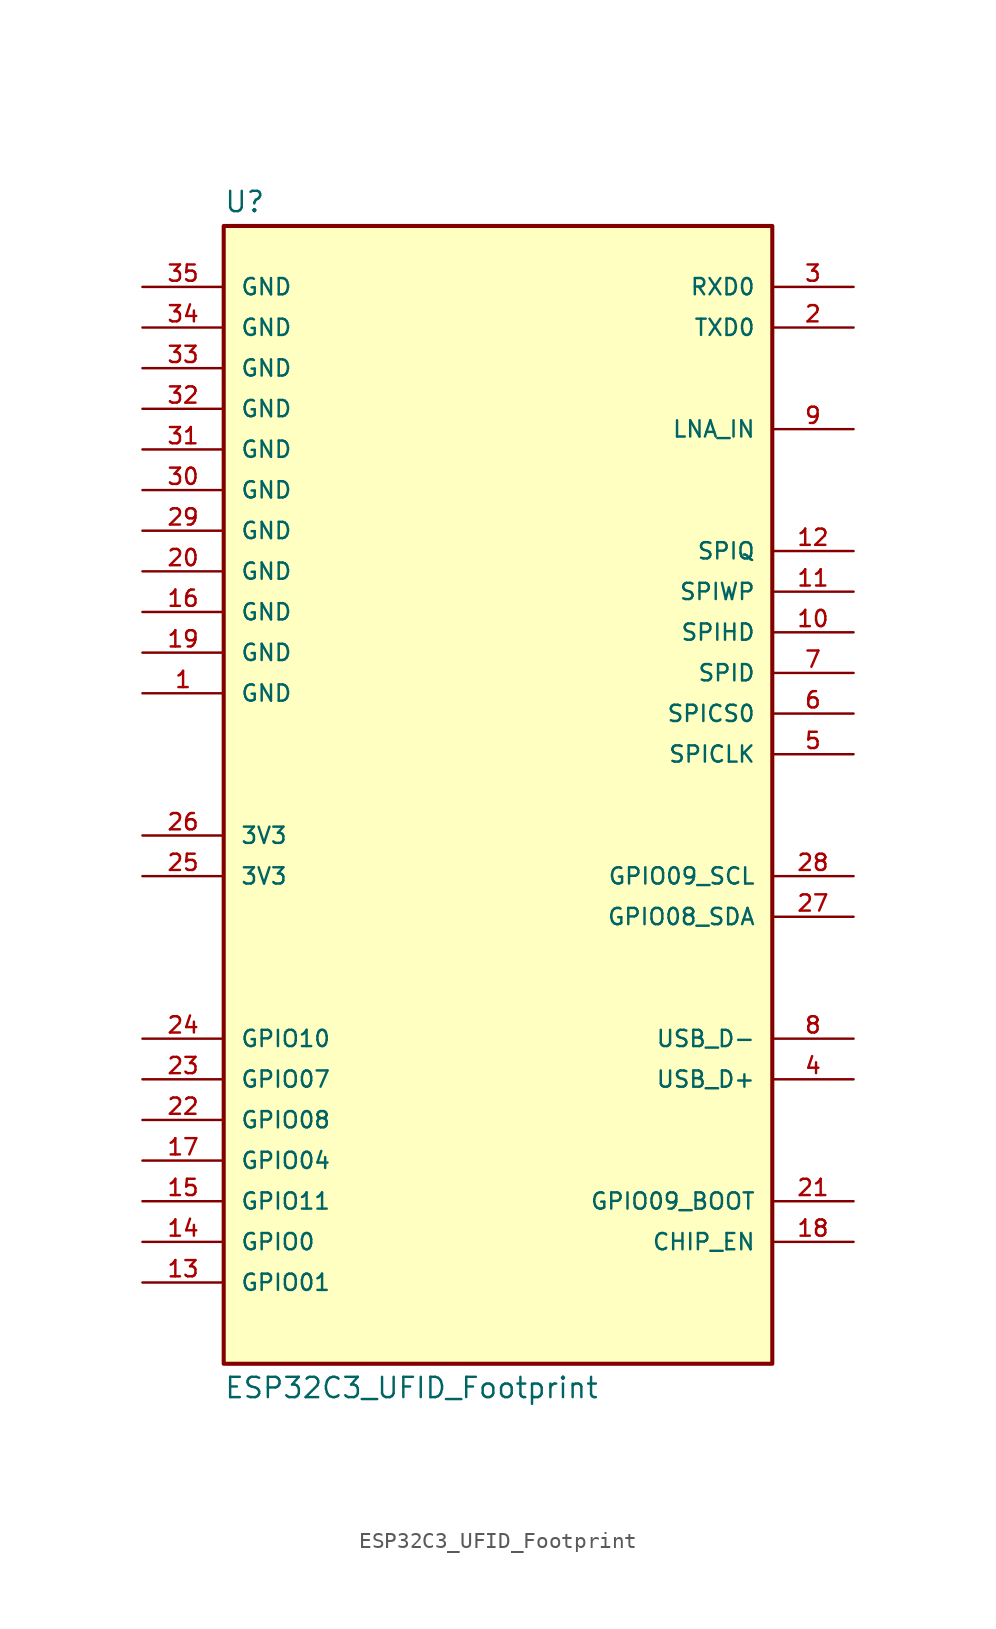
<source format=kicad_sym>
(kicad_symbol_lib
  (version 20231120)
  (generator "kicad_symbol_editor")
  (generator_version "8.99")
  (symbol "ESP32C3_UFID_Footprint"
    (pin_names
      (offset 1.016))
    (property "Reference" "U"
      (at -17.78 37.592 0)
      (effects (font (size 1.27 1.27)) (justify left bottom)))
    (property "Value" "ESP32C3_UFID_Footprint"
      (at -17.78 -35.052 0)
      (effects (font (size 1.27 1.27)) (justify left top)))
    (symbol "ESP32C3_UFID_Footprint_0_0"
      (rectangle (start -17.78 36.83) (end 16.51 -34.29) (stroke (width 0.254) (type default)) (fill (type background))))
    (symbol "ESP32C3_UFID_Footprint_1_0"
      (pin power_out line (at -22.86 33.02 0) (length 5.08) (name "GND" (effects (font (size 1.016 1.016)))) (number "35" (effects (font (size 1.016 1.016)))))
      (pin power_out line (at -22.86 30.48 0) (length 5.08) (name "GND" (effects (font (size 1.016 1.016)))) (number "34" (effects (font (size 1.016 1.016)))))
      (pin power_out line (at -22.86 27.94 0) (length 5.08) (name "GND" (effects (font (size 1.016 1.016)))) (number "33" (effects (font (size 1.016 1.016)))))
      (pin power_out line (at -22.86 25.4 0) (length 5.08) (name "GND" (effects (font (size 1.016 1.016)))) (number "32" (effects (font (size 1.016 1.016)))))
      (pin power_out line (at -22.86 22.86 0) (length 5.08) (name "GND" (effects (font (size 1.016 1.016)))) (number "31" (effects (font (size 1.016 1.016)))))
      (pin power_out line (at -22.86 20.32 0) (length 5.08) (name "GND" (effects (font (size 1.016 1.016)))) (number "30" (effects (font (size 1.016 1.016)))))
      (pin power_out line (at -22.86 17.78 0) (length 5.08) (name "GND" (effects (font (size 1.016 1.016)))) (number "29" (effects (font (size 1.016 1.016)))))
      (pin power_out line (at -22.86 15.24 0) (length 5.08) (name "GND" (effects (font (size 1.016 1.016)))) (number "20" (effects (font (size 1.016 1.016)))))
      (pin power_out line (at -22.86 12.7 0) (length 5.08) (name "GND" (effects (font (size 1.016 1.016)))) (number "16" (effects (font (size 1.016 1.016)))))
      (pin power_out line (at -22.86 10.16 0) (length 5.08) (name "GND" (effects (font (size 1.016 1.016)))) (number "19" (effects (font (size 1.016 1.016)))))
      (pin power_out line (at -22.86 7.62 0) (length 5.08) (name "GND" (effects (font (size 1.016 1.016)))) (number "1" (effects (font (size 1.016 1.016)))))
      (pin bidirectional line (at -22.86 -1.27 0) (length 5.08) (name "3V3" (effects (font (size 1.016 1.016)))) (number "26" (effects (font (size 1.016 1.016)))))
      (pin bidirectional line (at -22.86 -3.81 0) (length 5.08) (name "3V3" (effects (font (size 1.016 1.016)))) (number "25" (effects (font (size 1.016 1.016)))))
      (pin bidirectional line (at -22.86 -13.97 0) (length 5.08) (name "GPIO10" (effects (font (size 1.016 1.016)))) (number "24" (effects (font (size 1.016 1.016)))))
      (pin bidirectional line (at -22.86 -16.51 0) (length 5.08) (name "GPIO07" (effects (font (size 1.016 1.016)))) (number "23" (effects (font (size 1.016 1.016)))))
      (pin bidirectional line (at -22.86 -19.05 0) (length 5.08) (name "GPIO08" (effects (font (size 1.016 1.016)))) (number "22" (effects (font (size 1.016 1.016)))))
      (pin power_in line (at -22.86 -21.59 0) (length 5.08) (name "GPIO04" (effects (font (size 1.016 1.016)))) (number "17" (effects (font (size 1.016 1.016)))))
      (pin bidirectional line (at -22.86 -24.13 0) (length 5.08) (name "GPIO11" (effects (font (size 1.016 1.016)))) (number "15" (effects (font (size 1.016 1.016)))))
      (pin bidirectional line (at -22.86 -26.67 0) (length 5.08) (name "GPIO0" (effects (font (size 1.016 1.016)))) (number "14" (effects (font (size 1.016 1.016)))))
      (pin bidirectional line (at -22.86 -29.21 0) (length 5.08) (name "GPIO01" (effects (font (size 1.016 1.016)))) (number "13" (effects (font (size 1.016 1.016)))))
      (pin power_in line (at 21.59 33.02 180) (length 5.08) (name "RXD0" (effects (font (size 1.016 1.016)))) (number "3" (effects (font (size 1.016 1.016)))))
      (pin power_in line (at 21.59 30.48 180) (length 5.08) (name "TXD0" (effects (font (size 1.016 1.016)))) (number "2" (effects (font (size 1.016 1.016)))))
      (pin bidirectional line (at 21.59 24.13 180) (length 5.08) (name "LNA_IN" (effects (font (size 1.016 1.016)))) (number "9" (effects (font (size 1.016 1.016)))))
      (pin bidirectional line (at 21.59 16.51 180) (length 5.08) (name "SPIQ" (effects (font (size 1.016 1.016)))) (number "12" (effects (font (size 1.016 1.016)))))
      (pin power_in line (at 21.59 13.97 180) (length 5.08) (name "SPIWP" (effects (font (size 1.016 1.016)))) (number "11" (effects (font (size 1.016 1.016)))))
      (pin bidirectional line (at 21.59 11.43 180) (length 5.08) (name "SPIHD" (effects (font (size 1.016 1.016)))) (number "10" (effects (font (size 1.016 1.016)))))
      (pin input line (at 21.59 8.89 180) (length 5.08) (name "SPID" (effects (font (size 1.016 1.016)))) (number "7" (effects (font (size 1.016 1.016)))))
      (pin bidirectional line (at 21.59 6.35 180) (length 5.08) (name "SPICS0" (effects (font (size 1.016 1.016)))) (number "6" (effects (font (size 1.016 1.016)))))
      (pin bidirectional line (at 21.59 3.81 180) (length 5.08) (name "SPICLK" (effects (font (size 1.016 1.016)))) (number "5" (effects (font (size 1.016 1.016)))))
      (pin bidirectional line (at 21.59 -3.81 180) (length 5.08) (name "GPIO09_SCL" (effects (font (size 1.016 1.016)))) (number "28" (effects (font (size 1.016 1.016)))))
      (pin bidirectional line (at 21.59 -6.35 180) (length 5.08) (name "GPIO08_SDA" (effects (font (size 1.016 1.016)))) (number "27" (effects (font (size 1.016 1.016)))))
      (pin bidirectional line (at 21.59 -13.97 180) (length 5.08) (name "USB_D-" (effects (font (size 1.016 1.016)))) (number "8" (effects (font (size 1.016 1.016)))))
      (pin bidirectional line (at 21.59 -16.51 180) (length 5.08) (name "USB_D+" (effects (font (size 1.016 1.016)))) (number "4" (effects (font (size 1.016 1.016)))))
      (pin bidirectional line (at 21.59 -24.13 180) (length 5.08) (name "GPIO09_BOOT" (effects (font (size 1.016 1.016)))) (number "21" (effects (font (size 1.016 1.016)))))
      (pin power_in line (at 21.59 -26.67 180) (length 5.08) (name "CHIP_EN" (effects (font (size 1.016 1.016)))) (number "18" (effects (font (size 1.016 1.016))))))))
</source>
